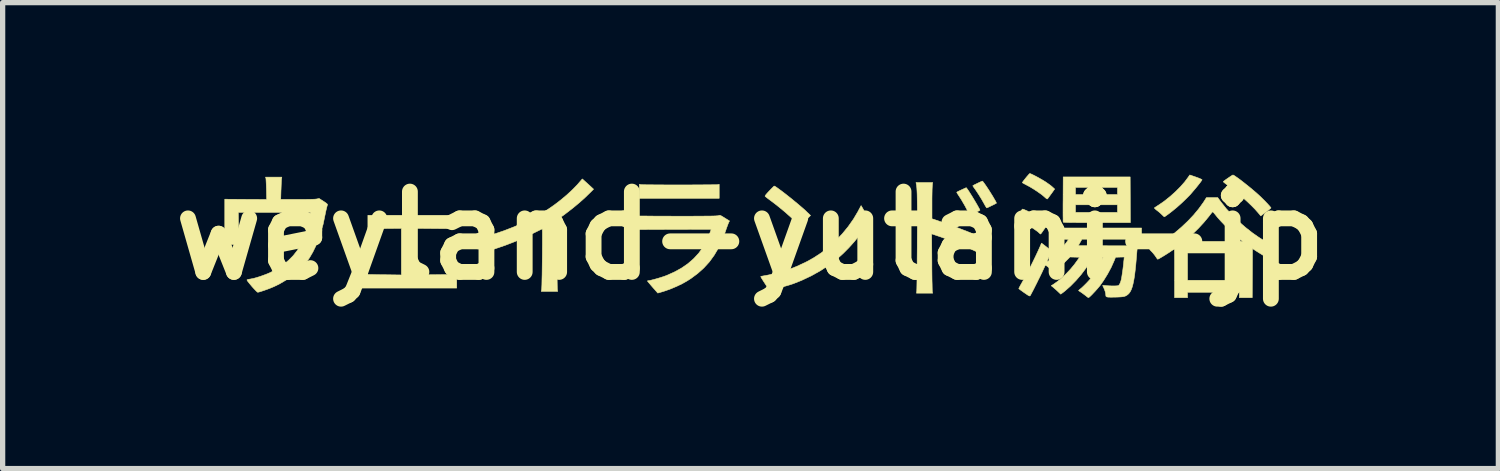
<source format=kicad_pcb>
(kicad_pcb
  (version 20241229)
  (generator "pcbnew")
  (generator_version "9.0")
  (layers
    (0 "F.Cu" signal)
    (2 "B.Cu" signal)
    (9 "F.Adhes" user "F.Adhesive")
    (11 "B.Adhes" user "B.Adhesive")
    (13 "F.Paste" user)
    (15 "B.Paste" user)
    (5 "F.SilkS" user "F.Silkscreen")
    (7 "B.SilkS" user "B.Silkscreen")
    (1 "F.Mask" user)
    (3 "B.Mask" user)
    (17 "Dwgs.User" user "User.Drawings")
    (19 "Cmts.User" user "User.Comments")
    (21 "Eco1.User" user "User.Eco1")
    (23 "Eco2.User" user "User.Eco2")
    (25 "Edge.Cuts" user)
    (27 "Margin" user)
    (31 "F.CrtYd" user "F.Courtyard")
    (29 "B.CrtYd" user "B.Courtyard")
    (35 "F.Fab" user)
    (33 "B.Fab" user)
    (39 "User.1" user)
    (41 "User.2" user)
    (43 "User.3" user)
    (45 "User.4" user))
  (footprint "weyland-yutani-jp"
    (layer "F.Cu")
    (at 11.183 1.418)
    (property "Reference" "weyland-yutani-jp" (at 0 0 0) (layer "F.SilkS") (effects (font (size 1.524 1.524) (thickness 0.3))))
    (attr through_hole)
    (fp_poly (pts (xy -0.593 -0.707) (xy -2.108 -0.707) (xy -2.108 -0.973) (xy -2.076 -0.967) (xy -2.063 -0.966) (xy -2.034 -0.965) (xy -1.991 -0.964) (xy -1.935 -0.963) (xy -1.867 -0.963) (xy -1.789 -0.962) (xy -1.703 -0.962) (xy -1.608 -0.961) (xy -1.507 -0.961) (xy -1.401 -0.961) (xy -1.35 -0.961) (xy -1.243 -0.961) (xy -1.139 -0.961) (xy -1.042 -0.962) (xy -0.951 -0.962) (xy -0.869 -0.963) (xy -0.796 -0.963) (xy -0.734 -0.964) (xy -0.685 -0.965) (xy -0.649 -0.965) (xy -0.629 -0.966) (xy -0.624 -0.967) (xy -0.593 -0.973) (xy -0.593 -0.707)) (stroke (width 0.01) (type solid)) (fill yes) (layer "F.SilkS"))
    (fp_poly (pts (xy -5.681 -0.131) (xy -6.358 -0.137) (xy -6.358 0.746) (xy -5.992 0.742) (xy -5.914 0.741) (xy -5.84 0.74) (xy -5.773 0.739) (xy -5.714 0.737) (xy -5.665 0.736) (xy -5.628 0.734) (xy -5.605 0.733) (xy -5.599 0.732) (xy -5.571 0.726) (xy -5.571 0.995) (xy -7.383 0.995) (xy -7.383 0.861) (xy -7.383 0.726) (xy -7.355 0.732) (xy -7.341 0.733) (xy -7.312 0.735) (xy -7.27 0.736) (xy -7.216 0.738) (xy -7.154 0.739) (xy -7.084 0.741) (xy -7.009 0.742) (xy -6.974 0.742) (xy -6.621 0.747) (xy -6.621 -0.137) (xy -6.938 -0.134) (xy -7.256 -0.131) (xy -7.256 -0.385) (xy -5.681 -0.385) (xy -5.681 -0.131)) (stroke (width 0.01) (type solid)) (fill yes) (layer "F.SilkS"))
    (fp_poly (pts (xy 4.107 -0.89) (xy 4.122 -0.87) (xy 4.142 -0.84) (xy 4.166 -0.802) (xy 4.194 -0.758) (xy 4.223 -0.711) (xy 4.252 -0.662) (xy 4.28 -0.615) (xy 4.305 -0.572) (xy 4.326 -0.534) (xy 4.342 -0.505) (xy 4.35 -0.487) (xy 4.352 -0.482) (xy 4.345 -0.476) (xy 4.326 -0.466) (xy 4.303 -0.455) (xy 4.266 -0.439) (xy 4.226 -0.421) (xy 4.206 -0.412) (xy 4.158 -0.39) (xy 4.097 -0.508) (xy 4.07 -0.56) (xy 4.038 -0.615) (xy 4.007 -0.669) (xy 3.978 -0.715) (xy 3.974 -0.721) (xy 3.951 -0.756) (xy 3.932 -0.786) (xy 3.918 -0.808) (xy 3.912 -0.82) (xy 3.912 -0.821) (xy 3.919 -0.827) (xy 3.939 -0.838) (xy 3.968 -0.852) (xy 4.002 -0.868) (xy 4.092 -0.909) (xy 4.107 -0.89)) (stroke (width 0.01) (type solid)) (fill yes) (layer "F.SilkS"))
    (fp_poly (pts (xy 7.203 -0.679) (xy 7.205 -0.246) (xy 6.57 -0.246) (xy 6.446 -0.246) (xy 6.338 -0.246) (xy 6.246 -0.246) (xy 6.167 -0.247) (xy 6.102 -0.247) (xy 6.048 -0.248) (xy 6.006 -0.249) (xy 5.974 -0.25) (xy 5.952 -0.252) (xy 5.938 -0.253) (xy 5.931 -0.255) (xy 5.931 -0.256) (xy 5.93 -0.266) (xy 5.929 -0.292) (xy 5.929 -0.331) (xy 5.928 -0.382) (xy 5.928 -0.444) (xy 5.928 -0.514) (xy 5.928 -0.584) (xy 6.164 -0.584) (xy 6.164 -0.44) (xy 6.96 -0.44) (xy 6.96 -0.584) (xy 6.164 -0.584) (xy 5.928 -0.584) (xy 5.928 -0.591) (xy 5.929 -0.674) (xy 5.929 -0.69) (xy 5.93 -0.914) (xy 6.164 -0.914) (xy 6.164 -0.779) (xy 6.96 -0.779) (xy 6.96 -0.914) (xy 6.164 -0.914) (xy 5.93 -0.914) (xy 5.931 -1.113) (xy 7.201 -1.113) (xy 7.203 -0.679)) (stroke (width 0.01) (type solid)) (fill yes) (layer "F.SilkS"))
    (fp_poly (pts (xy 5.312 -1.173) (xy 5.339 -1.161) (xy 5.374 -1.144) (xy 5.415 -1.123) (xy 5.46 -1.099) (xy 5.505 -1.073) (xy 5.549 -1.048) (xy 5.587 -1.024) (xy 5.602 -1.015) (xy 5.64 -0.988) (xy 5.678 -0.961) (xy 5.71 -0.936) (xy 5.728 -0.92) (xy 5.769 -0.883) (xy 5.709 -0.799) (xy 5.684 -0.765) (xy 5.663 -0.736) (xy 5.646 -0.713) (xy 5.637 -0.701) (xy 5.631 -0.695) (xy 5.622 -0.696) (xy 5.609 -0.704) (xy 5.588 -0.722) (xy 5.575 -0.734) (xy 5.535 -0.768) (xy 5.483 -0.806) (xy 5.424 -0.847) (xy 5.362 -0.887) (xy 5.299 -0.925) (xy 5.243 -0.955) (xy 5.209 -0.973) (xy 5.181 -0.988) (xy 5.162 -0.999) (xy 5.156 -1.004) (xy 5.161 -1.014) (xy 5.175 -1.034) (xy 5.195 -1.06) (xy 5.218 -1.089) (xy 5.242 -1.118) (xy 5.265 -1.144) (xy 5.283 -1.165) (xy 5.295 -1.176) (xy 5.298 -1.177) (xy 5.312 -1.173)) (stroke (width 0.01) (type solid)) (fill yes) (layer "F.SilkS"))
    (fp_poly (pts (xy 4.407 -1.026) (xy 4.422 -1.007) (xy 4.443 -0.978) (xy 4.469 -0.941) (xy 4.497 -0.899) (xy 4.527 -0.853) (xy 4.557 -0.805) (xy 4.586 -0.759) (xy 4.612 -0.715) (xy 4.634 -0.677) (xy 4.652 -0.646) (xy 4.662 -0.624) (xy 4.664 -0.615) (xy 4.664 -0.614) (xy 4.654 -0.609) (xy 4.634 -0.598) (xy 4.605 -0.583) (xy 4.573 -0.568) (xy 4.541 -0.552) (xy 4.512 -0.538) (xy 4.491 -0.529) (xy 4.481 -0.525) (xy 4.481 -0.525) (xy 4.474 -0.532) (xy 4.462 -0.551) (xy 4.446 -0.578) (xy 4.437 -0.595) (xy 4.386 -0.685) (xy 4.33 -0.776) (xy 4.273 -0.862) (xy 4.263 -0.876) (xy 4.243 -0.904) (xy 4.227 -0.927) (xy 4.218 -0.942) (xy 4.216 -0.945) (xy 4.224 -0.95) (xy 4.242 -0.961) (xy 4.269 -0.974) (xy 4.301 -0.99) (xy 4.333 -1.005) (xy 4.363 -1.019) (xy 4.385 -1.028) (xy 4.398 -1.033) (xy 4.399 -1.033) (xy 4.407 -1.026)) (stroke (width 0.01) (type solid)) (fill yes) (layer "F.SilkS"))
    (fp_poly (pts (xy 5.166 -0.501) (xy 5.188 -0.494) (xy 5.219 -0.481) (xy 5.257 -0.464) (xy 5.3 -0.444) (xy 5.344 -0.422) (xy 5.387 -0.399) (xy 5.428 -0.378) (xy 5.462 -0.358) (xy 5.465 -0.356) (xy 5.5 -0.334) (xy 5.537 -0.309) (xy 5.571 -0.284) (xy 5.601 -0.261) (xy 5.624 -0.243) (xy 5.637 -0.23) (xy 5.639 -0.226) (xy 5.634 -0.217) (xy 5.622 -0.198) (xy 5.604 -0.17) (xy 5.583 -0.139) (xy 5.56 -0.107) (xy 5.539 -0.076) (xy 5.521 -0.051) (xy 5.508 -0.035) (xy 5.503 -0.029) (xy 5.494 -0.033) (xy 5.479 -0.046) (xy 5.473 -0.052) (xy 5.45 -0.073) (xy 5.414 -0.099) (xy 5.37 -0.13) (xy 5.318 -0.163) (xy 5.263 -0.197) (xy 5.206 -0.23) (xy 5.151 -0.26) (xy 5.138 -0.267) (xy 5.023 -0.325) (xy 5.087 -0.41) (xy 5.112 -0.443) (xy 5.134 -0.471) (xy 5.149 -0.492) (xy 5.157 -0.502) (xy 5.157 -0.502) (xy 5.166 -0.501)) (stroke (width 0.01) (type solid)) (fill yes) (layer "F.SilkS"))
    (fp_poly (pts (xy 0.463 -0.935) (xy 0.487 -0.92) (xy 0.521 -0.896) (xy 0.563 -0.865) (xy 0.612 -0.829) (xy 0.665 -0.788) (xy 0.722 -0.743) (xy 0.78 -0.697) (xy 0.838 -0.649) (xy 0.895 -0.602) (xy 0.948 -0.557) (xy 0.997 -0.515) (xy 1.04 -0.477) (xy 1.065 -0.452) (xy 1.139 -0.382) (xy 1.042 -0.284) (xy 1.009 -0.251) (xy 0.98 -0.223) (xy 0.958 -0.202) (xy 0.944 -0.189) (xy 0.94 -0.187) (xy 0.933 -0.192) (xy 0.915 -0.208) (xy 0.891 -0.231) (xy 0.86 -0.26) (xy 0.841 -0.279) (xy 0.779 -0.337) (xy 0.707 -0.401) (xy 0.629 -0.469) (xy 0.549 -0.535) (xy 0.471 -0.597) (xy 0.399 -0.652) (xy 0.39 -0.658) (xy 0.354 -0.685) (xy 0.322 -0.709) (xy 0.298 -0.728) (xy 0.283 -0.74) (xy 0.28 -0.742) (xy 0.277 -0.748) (xy 0.28 -0.757) (xy 0.29 -0.772) (xy 0.308 -0.794) (xy 0.336 -0.825) (xy 0.356 -0.846) (xy 0.387 -0.879) (xy 0.414 -0.906) (xy 0.435 -0.927) (xy 0.447 -0.938) (xy 0.45 -0.94) (xy 0.463 -0.935)) (stroke (width 0.01) (type solid)) (fill yes) (layer "F.SilkS"))
    (fp_poly (pts (xy 9.161 -1.146) (xy 9.184 -1.132) (xy 9.216 -1.11) (xy 9.256 -1.082) (xy 9.303 -1.047) (xy 9.353 -1.008) (xy 9.407 -0.965) (xy 9.462 -0.921) (xy 9.516 -0.876) (xy 9.568 -0.832) (xy 9.616 -0.79) (xy 9.649 -0.76) (xy 9.682 -0.729) (xy 9.717 -0.694) (xy 9.754 -0.658) (xy 9.788 -0.622) (xy 9.819 -0.589) (xy 9.845 -0.56) (xy 9.863 -0.538) (xy 9.872 -0.526) (xy 9.872 -0.525) (xy 9.866 -0.518) (xy 9.848 -0.503) (xy 9.822 -0.481) (xy 9.789 -0.456) (xy 9.775 -0.446) (xy 9.678 -0.373) (xy 9.624 -0.438) (xy 9.569 -0.5) (xy 9.502 -0.568) (xy 9.426 -0.641) (xy 9.342 -0.717) (xy 9.253 -0.793) (xy 9.162 -0.868) (xy 9.071 -0.939) (xy 9.032 -0.968) (xy 9.004 -0.989) (xy 8.982 -1.007) (xy 8.969 -1.019) (xy 8.967 -1.022) (xy 8.973 -1.029) (xy 8.991 -1.043) (xy 9.016 -1.062) (xy 9.046 -1.083) (xy 9.077 -1.104) (xy 9.106 -1.124) (xy 9.13 -1.139) (xy 9.146 -1.148) (xy 9.149 -1.15) (xy 9.161 -1.146)) (stroke (width 0.01) (type solid)) (fill yes) (layer "F.SilkS"))
    (fp_poly (pts (xy 8.448 -1.11) (xy 8.489 -1.095) (xy 8.524 -1.081) (xy 8.549 -1.069) (xy 8.563 -1.062) (xy 8.564 -1.06) (xy 8.559 -1.049) (xy 8.544 -1.027) (xy 8.521 -0.996) (xy 8.493 -0.96) (xy 8.46 -0.919) (xy 8.425 -0.877) (xy 8.389 -0.835) (xy 8.355 -0.795) (xy 8.323 -0.76) (xy 8.319 -0.756) (xy 8.246 -0.683) (xy 8.166 -0.607) (xy 8.084 -0.534) (xy 8.002 -0.467) (xy 7.939 -0.418) (xy 7.906 -0.394) (xy 7.879 -0.375) (xy 7.859 -0.361) (xy 7.849 -0.356) (xy 7.849 -0.356) (xy 7.841 -0.361) (xy 7.825 -0.376) (xy 7.806 -0.394) (xy 7.78 -0.419) (xy 7.747 -0.448) (xy 7.714 -0.474) (xy 7.711 -0.476) (xy 7.686 -0.496) (xy 7.668 -0.513) (xy 7.66 -0.523) (xy 7.66 -0.525) (xy 7.669 -0.532) (xy 7.69 -0.546) (xy 7.719 -0.565) (xy 7.753 -0.587) (xy 7.755 -0.588) (xy 7.86 -0.662) (xy 7.963 -0.745) (xy 8.062 -0.834) (xy 8.154 -0.926) (xy 8.235 -1.018) (xy 8.303 -1.109) (xy 8.304 -1.111) (xy 8.331 -1.15) (xy 8.448 -1.11)) (stroke (width 0.01) (type solid)) (fill yes) (layer "F.SilkS"))
    (fp_poly (pts (xy 2.132 -0.511) (xy 2.151 -0.477) (xy 2.175 -0.435) (xy 2.199 -0.393) (xy 2.209 -0.375) (xy 2.253 -0.296) (xy 2.226 -0.248) (xy 2.153 -0.129) (xy 2.068 -0.008) (xy 1.972 0.112) (xy 1.868 0.228) (xy 1.76 0.337) (xy 1.652 0.434) (xy 1.498 0.553) (xy 1.331 0.663) (xy 1.155 0.762) (xy 0.971 0.849) (xy 0.815 0.911) (xy 0.771 0.926) (xy 0.716 0.943) (xy 0.653 0.961) (xy 0.588 0.979) (xy 0.524 0.996) (xy 0.465 1.011) (xy 0.415 1.023) (xy 0.388 1.028) (xy 0.356 1.034) (xy 0.284 0.923) (xy 0.252 0.874) (xy 0.228 0.836) (xy 0.211 0.809) (xy 0.201 0.791) (xy 0.196 0.781) (xy 0.196 0.775) (xy 0.196 0.775) (xy 0.205 0.772) (xy 0.227 0.768) (xy 0.259 0.762) (xy 0.284 0.758) (xy 0.489 0.715) (xy 0.689 0.657) (xy 0.883 0.582) (xy 1.073 0.492) (xy 1.198 0.422) (xy 1.342 0.328) (xy 1.481 0.22) (xy 1.614 0.099) (xy 1.739 -0.031) (xy 1.853 -0.17) (xy 1.954 -0.314) (xy 2.041 -0.461) (xy 2.049 -0.477) (xy 2.098 -0.569) (xy 2.132 -0.511)) (stroke (width 0.01) (type solid)) (fill yes) (layer "F.SilkS"))
    (fp_poly (pts (xy -3.155 -1.044) (xy -3.134 -1.025) (xy -3.105 -0.999) (xy -3.072 -0.969) (xy -3.048 -0.947) (xy -2.976 -0.88) (xy -3.048 -0.808) (xy -3.147 -0.712) (xy -3.259 -0.613) (xy -3.379 -0.514) (xy -3.505 -0.417) (xy -3.588 -0.356) (xy -3.676 -0.294) (xy -3.672 0.346) (xy -3.671 0.45) (xy -3.67 0.549) (xy -3.669 0.643) (xy -3.668 0.729) (xy -3.667 0.807) (xy -3.666 0.876) (xy -3.665 0.933) (xy -3.664 0.977) (xy -3.663 1.007) (xy -3.662 1.022) (xy -3.662 1.022) (xy -3.656 1.058) (xy -3.968 1.058) (xy -3.96 1.018) (xy -3.959 1.004) (xy -3.958 0.975) (xy -3.956 0.933) (xy -3.955 0.879) (xy -3.954 0.817) (xy -3.952 0.746) (xy -3.951 0.669) (xy -3.95 0.588) (xy -3.949 0.504) (xy -3.948 0.419) (xy -3.947 0.334) (xy -3.947 0.251) (xy -3.946 0.173) (xy -3.946 0.1) (xy -3.946 0.034) (xy -3.946 -0.022) (xy -3.946 -0.069) (xy -3.947 -0.102) (xy -3.948 -0.122) (xy -3.949 -0.127) (xy -3.958 -0.123) (xy -3.979 -0.113) (xy -4.011 -0.098) (xy -4.051 -0.078) (xy -4.096 -0.056) (xy -4.104 -0.052) (xy -4.237 0.013) (xy -4.365 0.071) (xy -4.494 0.124) (xy -4.629 0.176) (xy -4.769 0.225) (xy -4.902 0.27) (xy -4.965 0.145) (xy -5.028 0.019) (xy -4.976 0.004) (xy -4.828 -0.04) (xy -4.675 -0.092) (xy -4.52 -0.152) (xy -4.366 -0.216) (xy -4.218 -0.285) (xy -4.08 -0.355) (xy -3.954 -0.426) (xy -3.954 -0.426) (xy -3.833 -0.503) (xy -3.711 -0.588) (xy -3.593 -0.679) (xy -3.48 -0.774) (xy -3.377 -0.87) (xy -3.285 -0.964) (xy -3.251 -1.003) (xy -3.189 -1.075) (xy -3.155 -1.044)) (stroke (width 0.01) (type solid)) (fill yes) (layer "F.SilkS"))
    (fp_poly (pts (xy -0.568 -0.381) (xy -0.55 -0.372) (xy -0.523 -0.356) (xy -0.488 -0.334) (xy -0.398 -0.278) (xy -0.414 -0.246) (xy -0.422 -0.228) (xy -0.434 -0.196) (xy -0.449 -0.156) (xy -0.465 -0.11) (xy -0.477 -0.074) (xy -0.538 0.088) (xy -0.608 0.237) (xy -0.689 0.374) (xy -0.78 0.499) (xy -0.884 0.613) (xy -1.001 0.718) (xy -1.13 0.814) (xy -1.204 0.861) (xy -1.294 0.912) (xy -1.396 0.961) (xy -1.504 1.007) (xy -1.611 1.046) (xy -1.698 1.073) (xy -1.758 1.09) (xy -1.855 0.98) (xy -1.887 0.943) (xy -1.914 0.911) (xy -1.936 0.885) (xy -1.95 0.868) (xy -1.954 0.862) (xy -1.95 0.857) (xy -1.94 0.855) (xy -1.919 0.853) (xy -1.886 0.846) (xy -1.843 0.835) (xy -1.794 0.822) (xy -1.742 0.807) (xy -1.691 0.791) (xy -1.644 0.776) (xy -1.603 0.761) (xy -1.597 0.759) (xy -1.446 0.692) (xy -1.309 0.617) (xy -1.186 0.532) (xy -1.077 0.437) (xy -0.981 0.333) (xy -0.899 0.219) (xy -0.83 0.094) (xy -0.773 -0.04) (xy -0.771 -0.046) (xy -0.745 -0.119) (xy -1.541 -0.117) (xy -2.337 -0.114) (xy -2.337 -0.248) (xy -2.337 -0.382) (xy -2.229 -0.375) (xy -2.204 -0.374) (xy -2.164 -0.373) (xy -2.109 -0.372) (xy -2.042 -0.371) (xy -1.964 -0.371) (xy -1.877 -0.37) (xy -1.781 -0.369) (xy -1.678 -0.369) (xy -1.57 -0.369) (xy -1.458 -0.368) (xy -1.376 -0.368) (xy -1.242 -0.368) (xy -1.123 -0.368) (xy -1.02 -0.369) (xy -0.931 -0.369) (xy -0.855 -0.37) (xy -0.791 -0.37) (xy -0.738 -0.371) (xy -0.695 -0.372) (xy -0.662 -0.373) (xy -0.637 -0.375) (xy -0.62 -0.376) (xy -0.608 -0.378) (xy -0.604 -0.38) (xy -0.592 -0.384) (xy -0.582 -0.385) (xy -0.568 -0.381)) (stroke (width 0.01) (type solid)) (fill yes) (layer "F.SilkS"))
    (fp_poly (pts (xy 3.448 -0.942) (xy 3.447 -0.917) (xy 3.445 -0.878) (xy 3.444 -0.828) (xy 3.443 -0.768) (xy 3.442 -0.702) (xy 3.442 -0.632) (xy 3.442 -0.598) (xy 3.442 -0.319) (xy 3.611 -0.262) (xy 3.688 -0.236) (xy 3.77 -0.207) (xy 3.854 -0.176) (xy 3.94 -0.144) (xy 4.025 -0.111) (xy 4.108 -0.079) (xy 4.187 -0.047) (xy 4.262 -0.016) (xy 4.33 0.012) (xy 4.389 0.038) (xy 4.44 0.061) (xy 4.479 0.081) (xy 4.505 0.095) (xy 4.518 0.105) (xy 4.518 0.106) (xy 4.517 0.117) (xy 4.509 0.141) (xy 4.497 0.174) (xy 4.482 0.215) (xy 4.47 0.244) (xy 4.418 0.372) (xy 4.315 0.32) (xy 4.19 0.26) (xy 4.051 0.198) (xy 3.905 0.138) (xy 3.756 0.079) (xy 3.607 0.025) (xy 3.545 0.004) (xy 3.436 -0.033) (xy 3.44 0.51) (xy 3.44 0.605) (xy 3.441 0.696) (xy 3.442 0.78) (xy 3.443 0.856) (xy 3.445 0.923) (xy 3.446 0.98) (xy 3.447 1.025) (xy 3.448 1.056) (xy 3.45 1.072) (xy 3.45 1.073) (xy 3.456 1.092) (xy 3.148 1.092) (xy 3.154 1.048) (xy 3.154 1.033) (xy 3.155 1.003) (xy 3.156 0.958) (xy 3.157 0.9) (xy 3.158 0.83) (xy 3.159 0.748) (xy 3.16 0.657) (xy 3.161 0.557) (xy 3.161 0.45) (xy 3.162 0.337) (xy 3.163 0.218) (xy 3.163 0.123) (xy 3.164 -0.032) (xy 3.165 -0.171) (xy 3.165 -0.296) (xy 3.165 -0.406) (xy 3.165 -0.503) (xy 3.164 -0.588) (xy 3.163 -0.662) (xy 3.162 -0.727) (xy 3.161 -0.782) (xy 3.159 -0.829) (xy 3.157 -0.868) (xy 3.155 -0.902) (xy 3.152 -0.931) (xy 3.149 -0.955) (xy 3.145 -0.977) (xy 3.144 -0.981) (xy 3.139 -1.008) (xy 3.455 -1.008) (xy 3.448 -0.942)) (stroke (width 0.01) (type solid)) (fill yes) (layer "F.SilkS"))
    (fp_poly (pts (xy -8.893 -1.073) (xy -8.895 -1.054) (xy -8.897 -1.021) (xy -8.899 -0.977) (xy -8.901 -0.926) (xy -8.903 -0.871) (xy -8.904 -0.861) (xy -8.909 -0.686) (xy -8.587 -0.686) (xy -8.5 -0.686) (xy -8.423 -0.687) (xy -8.355 -0.688) (xy -8.3 -0.689) (xy -8.257 -0.691) (xy -8.23 -0.694) (xy -8.222 -0.695) (xy -8.181 -0.704) (xy -8.099 -0.651) (xy -8.059 -0.625) (xy -8.034 -0.605) (xy -8.022 -0.592) (xy -8.022 -0.587) (xy -8.028 -0.566) (xy -8.037 -0.533) (xy -8.047 -0.491) (xy -8.057 -0.446) (xy -8.066 -0.402) (xy -8.073 -0.368) (xy -8.104 -0.218) (xy -8.144 -0.073) (xy -8.191 0.066) (xy -8.243 0.196) (xy -8.301 0.315) (xy -8.363 0.421) (xy -8.388 0.457) (xy -8.471 0.561) (xy -8.569 0.66) (xy -8.679 0.753) (xy -8.799 0.838) (xy -8.928 0.914) (xy -9.038 0.968) (xy -9.079 0.985) (xy -9.125 1.004) (xy -9.174 1.022) (xy -9.222 1.039) (xy -9.267 1.054) (xy -9.305 1.066) (xy -9.332 1.073) (xy -9.345 1.075) (xy -9.355 1.069) (xy -9.374 1.052) (xy -9.4 1.025) (xy -9.43 0.993) (xy -9.46 0.959) (xy -9.5 0.911) (xy -9.528 0.876) (xy -9.545 0.852) (xy -9.549 0.839) (xy -9.548 0.838) (xy -9.535 0.834) (xy -9.51 0.828) (xy -9.479 0.823) (xy -9.475 0.822) (xy -9.424 0.812) (xy -9.363 0.795) (xy -9.296 0.774) (xy -9.227 0.749) (xy -9.161 0.724) (xy -9.101 0.698) (xy -9.088 0.691) (xy -8.969 0.626) (xy -8.859 0.551) (xy -8.759 0.468) (xy -8.671 0.379) (xy -8.598 0.286) (xy -8.595 0.281) (xy -8.55 0.208) (xy -8.507 0.121) (xy -8.467 0.024) (xy -8.43 -0.079) (xy -8.397 -0.186) (xy -8.371 -0.292) (xy -8.353 -0.394) (xy -8.352 -0.4) (xy -8.346 -0.44) (xy -9.713 -0.44) (xy -9.709 -0.159) (xy -9.707 -0.09) (xy -9.706 -0.027) (xy -9.704 0.03) (xy -9.703 0.079) (xy -9.701 0.115) (xy -9.699 0.139) (xy -9.698 0.146) (xy -9.692 0.169) (xy -9.97 0.169) (xy -9.97 -0.69) (xy -9.573 -0.687) (xy -9.176 -0.685) (xy -9.18 -0.878) (xy -9.182 -0.934) (xy -9.184 -0.986) (xy -9.186 -1.03) (xy -9.188 -1.064) (xy -9.19 -1.085) (xy -9.191 -1.09) (xy -9.197 -1.109) (xy -8.888 -1.109) (xy -8.893 -1.073)) (stroke (width 0.01) (type solid)) (fill yes) (layer "F.SilkS"))
    (fp_poly (pts (xy 8.926 -0.633) (xy 9.022 -0.512) (xy 9.132 -0.391) (xy 9.254 -0.272) (xy 9.384 -0.158) (xy 9.519 -0.052) (xy 9.635 0.029) (xy 9.691 0.065) (xy 9.749 0.101) (xy 9.806 0.135) (xy 9.86 0.165) (xy 9.905 0.189) (xy 9.941 0.206) (xy 9.942 0.206) (xy 9.963 0.218) (xy 9.972 0.232) (xy 9.968 0.251) (xy 9.952 0.278) (xy 9.935 0.298) (xy 9.909 0.33) (xy 9.883 0.367) (xy 9.867 0.392) (xy 9.837 0.44) (xy 9.797 0.418) (xy 9.744 0.387) (xy 9.688 0.353) (xy 9.635 0.32) (xy 9.589 0.291) (xy 9.572 0.28) (xy 9.521 0.246) (xy 9.519 0.711) (xy 9.516 1.177) (xy 9.271 1.177) (xy 9.271 1.075) (xy 8.289 1.075) (xy 8.289 1.177) (xy 8.043 1.177) (xy 8.043 0.715) (xy 8.043 0.629) (xy 8.043 0.547) (xy 8.043 0.473) (xy 8.042 0.407) (xy 8.042 0.351) (xy 8.042 0.33) (xy 8.289 0.33) (xy 8.289 0.847) (xy 9.271 0.847) (xy 9.271 0.33) (xy 8.289 0.33) (xy 8.042 0.33) (xy 8.041 0.306) (xy 8.041 0.274) (xy 8.04 0.257) (xy 8.04 0.254) (xy 8.032 0.259) (xy 8.013 0.271) (xy 7.987 0.288) (xy 7.974 0.297) (xy 7.945 0.317) (xy 7.91 0.339) (xy 7.871 0.364) (xy 7.832 0.388) (xy 7.795 0.41) (xy 7.763 0.429) (xy 7.739 0.442) (xy 7.725 0.448) (xy 7.724 0.449) (xy 7.716 0.442) (xy 7.703 0.425) (xy 7.688 0.402) (xy 7.666 0.371) (xy 7.638 0.336) (xy 7.613 0.308) (xy 7.591 0.286) (xy 7.576 0.269) (xy 7.57 0.26) (xy 7.57 0.259) (xy 7.579 0.255) (xy 7.598 0.244) (xy 7.626 0.229) (xy 7.637 0.223) (xy 7.773 0.144) (xy 7.824 0.11) (xy 8.227 0.11) (xy 9.334 0.11) (xy 9.3 0.083) (xy 9.22 0.015) (xy 9.14 -0.057) (xy 9.06 -0.132) (xy 8.986 -0.206) (xy 8.918 -0.277) (xy 8.859 -0.343) (xy 8.822 -0.389) (xy 8.796 -0.421) (xy 8.779 -0.44) (xy 8.767 -0.448) (xy 8.76 -0.448) (xy 8.759 -0.447) (xy 8.75 -0.436) (xy 8.733 -0.415) (xy 8.711 -0.387) (xy 8.693 -0.363) (xy 8.601 -0.252) (xy 8.496 -0.138) (xy 8.381 -0.026) (xy 8.264 0.078) (xy 8.227 0.11) (xy 7.824 0.11) (xy 7.909 0.053) (xy 8.042 -0.048) (xy 8.17 -0.157) (xy 8.292 -0.272) (xy 8.404 -0.39) (xy 8.504 -0.511) (xy 8.59 -0.63) (xy 8.597 -0.641) (xy 8.647 -0.72) (xy 8.755 -0.72) (xy 8.862 -0.72) (xy 8.926 -0.633)) (stroke (width 0.01) (type solid)) (fill yes) (layer "F.SilkS"))
    (fp_poly (pts (xy 7.417 0.068) (xy 6.852 0.068) (xy 6.287 0.068) (xy 6.252 0.129) (xy 6.217 0.191) (xy 6.779 0.193) (xy 7.341 0.195) (xy 7.337 0.222) (xy 7.335 0.239) (xy 7.332 0.27) (xy 7.328 0.311) (xy 7.324 0.36) (xy 7.32 0.413) (xy 7.319 0.419) (xy 7.308 0.549) (xy 7.296 0.662) (xy 7.284 0.761) (xy 7.27 0.846) (xy 7.255 0.918) (xy 7.239 0.978) (xy 7.221 1.027) (xy 7.201 1.066) (xy 7.179 1.096) (xy 7.165 1.11) (xy 7.143 1.128) (xy 7.122 1.141) (xy 7.099 1.151) (xy 7.071 1.158) (xy 7.035 1.162) (xy 6.988 1.165) (xy 6.928 1.167) (xy 6.866 1.168) (xy 6.82 1.168) (xy 6.787 1.167) (xy 6.764 1.164) (xy 6.75 1.159) (xy 6.743 1.152) (xy 6.74 1.142) (xy 6.739 1.132) (xy 6.736 1.098) (xy 6.726 1.057) (xy 6.711 1.016) (xy 6.695 0.98) (xy 6.685 0.96) (xy 6.68 0.947) (xy 6.681 0.945) (xy 6.69 0.945) (xy 6.713 0.946) (xy 6.744 0.948) (xy 6.76 0.95) (xy 6.807 0.953) (xy 6.858 0.955) (xy 6.904 0.955) (xy 6.908 0.955) (xy 6.943 0.953) (xy 6.966 0.951) (xy 6.98 0.946) (xy 6.989 0.938) (xy 6.998 0.925) (xy 7.01 0.903) (xy 7.022 0.871) (xy 7.03 0.843) (xy 7.037 0.813) (xy 7.044 0.769) (xy 7.052 0.716) (xy 7.061 0.655) (xy 7.069 0.592) (xy 7.076 0.528) (xy 7.082 0.469) (xy 7.083 0.467) (xy 7.088 0.406) (xy 7.006 0.408) (xy 6.924 0.411) (xy 6.897 0.478) (xy 6.84 0.605) (xy 6.772 0.731) (xy 6.697 0.852) (xy 6.628 0.95) (xy 6.602 0.981) (xy 6.572 1.016) (xy 6.539 1.053) (xy 6.506 1.088) (xy 6.475 1.121) (xy 6.447 1.148) (xy 6.426 1.167) (xy 6.412 1.176) (xy 6.41 1.177) (xy 6.4 1.172) (xy 6.381 1.159) (xy 6.366 1.146) (xy 6.338 1.125) (xy 6.305 1.1) (xy 6.278 1.081) (xy 6.253 1.064) (xy 6.233 1.051) (xy 6.224 1.044) (xy 6.223 1.044) (xy 6.227 1.037) (xy 6.24 1.025) (xy 6.249 1.018) (xy 6.285 0.988) (xy 6.327 0.948) (xy 6.372 0.903) (xy 6.415 0.857) (xy 6.453 0.814) (xy 6.464 0.8) (xy 6.51 0.737) (xy 6.557 0.666) (xy 6.601 0.591) (xy 6.64 0.517) (xy 6.671 0.45) (xy 6.68 0.428) (xy 6.688 0.406) (xy 6.496 0.406) (xy 6.442 0.496) (xy 6.362 0.618) (xy 6.272 0.738) (xy 6.174 0.851) (xy 6.071 0.956) (xy 5.967 1.048) (xy 5.929 1.078) (xy 5.884 1.111) (xy 5.827 1.057) (xy 5.797 1.029) (xy 5.767 1.003) (xy 5.743 0.982) (xy 5.737 0.977) (xy 5.704 0.951) (xy 5.748 0.923) (xy 5.827 0.867) (xy 5.909 0.799) (xy 5.991 0.72) (xy 6.07 0.636) (xy 6.143 0.548) (xy 6.197 0.474) (xy 6.241 0.411) (xy 6.06 0.406) (xy 5.965 0.501) (xy 5.927 0.539) (xy 5.887 0.578) (xy 5.85 0.612) (xy 5.818 0.64) (xy 5.81 0.646) (xy 5.749 0.696) (xy 5.727 0.67) (xy 5.713 0.655) (xy 5.691 0.635) (xy 5.666 0.613) (xy 5.64 0.592) (xy 5.617 0.575) (xy 5.601 0.563) (xy 5.593 0.56) (xy 5.589 0.568) (xy 5.579 0.589) (xy 5.565 0.619) (xy 5.548 0.656) (xy 5.546 0.66) (xy 5.53 0.695) (xy 5.509 0.738) (xy 5.485 0.788) (xy 5.458 0.841) (xy 5.431 0.897) (xy 5.403 0.952) (xy 5.377 1.004) (xy 5.353 1.051) (xy 5.332 1.09) (xy 5.317 1.119) (xy 5.307 1.137) (xy 5.305 1.139) (xy 5.3 1.144) (xy 5.292 1.145) (xy 5.28 1.14) (xy 5.26 1.129) (xy 5.232 1.11) (xy 5.192 1.083) (xy 5.156 1.057) (xy 5.125 1.035) (xy 5.102 1.017) (xy 5.09 1.007) (xy 5.089 1.005) (xy 5.093 0.995) (xy 5.104 0.974) (xy 5.12 0.943) (xy 5.142 0.905) (xy 5.159 0.873) (xy 5.204 0.794) (xy 5.252 0.703) (xy 5.303 0.604) (xy 5.355 0.5) (xy 5.405 0.397) (xy 5.452 0.297) (xy 5.494 0.204) (xy 5.504 0.179) (xy 5.52 0.143) (xy 5.605 0.208) (xy 5.638 0.234) (xy 5.667 0.257) (xy 5.688 0.274) (xy 5.698 0.284) (xy 5.699 0.284) (xy 5.701 0.294) (xy 5.697 0.313) (xy 5.686 0.343) (xy 5.669 0.385) (xy 5.665 0.395) (xy 5.649 0.432) (xy 5.636 0.464) (xy 5.628 0.486) (xy 5.625 0.497) (xy 5.625 0.497) (xy 5.634 0.494) (xy 5.652 0.482) (xy 5.678 0.461) (xy 5.709 0.434) (xy 5.743 0.404) (xy 5.779 0.371) (xy 5.813 0.338) (xy 5.834 0.317) (xy 5.863 0.285) (xy 5.895 0.249) (xy 5.927 0.211) (xy 5.958 0.173) (xy 5.986 0.138) (xy 6.008 0.108) (xy 6.023 0.086) (xy 6.028 0.074) (xy 6.028 0.074) (xy 6.02 0.072) (xy 5.998 0.07) (xy 5.964 0.069) (xy 5.92 0.068) (xy 5.87 0.068) (xy 5.863 0.068) (xy 5.698 0.068) (xy 5.698 -0.144) (xy 7.417 -0.144) (xy 7.417 0.068)) (stroke (width 0.01) (type solid)) (fill yes) (layer "F.SilkS")))
  (gr_rect
    (start -3 -3)
    (end 25.367 5.836)
    (stroke (width 0.1) (type default))
    (fill no)
    (layer "Edge.Cuts")))
</source>
